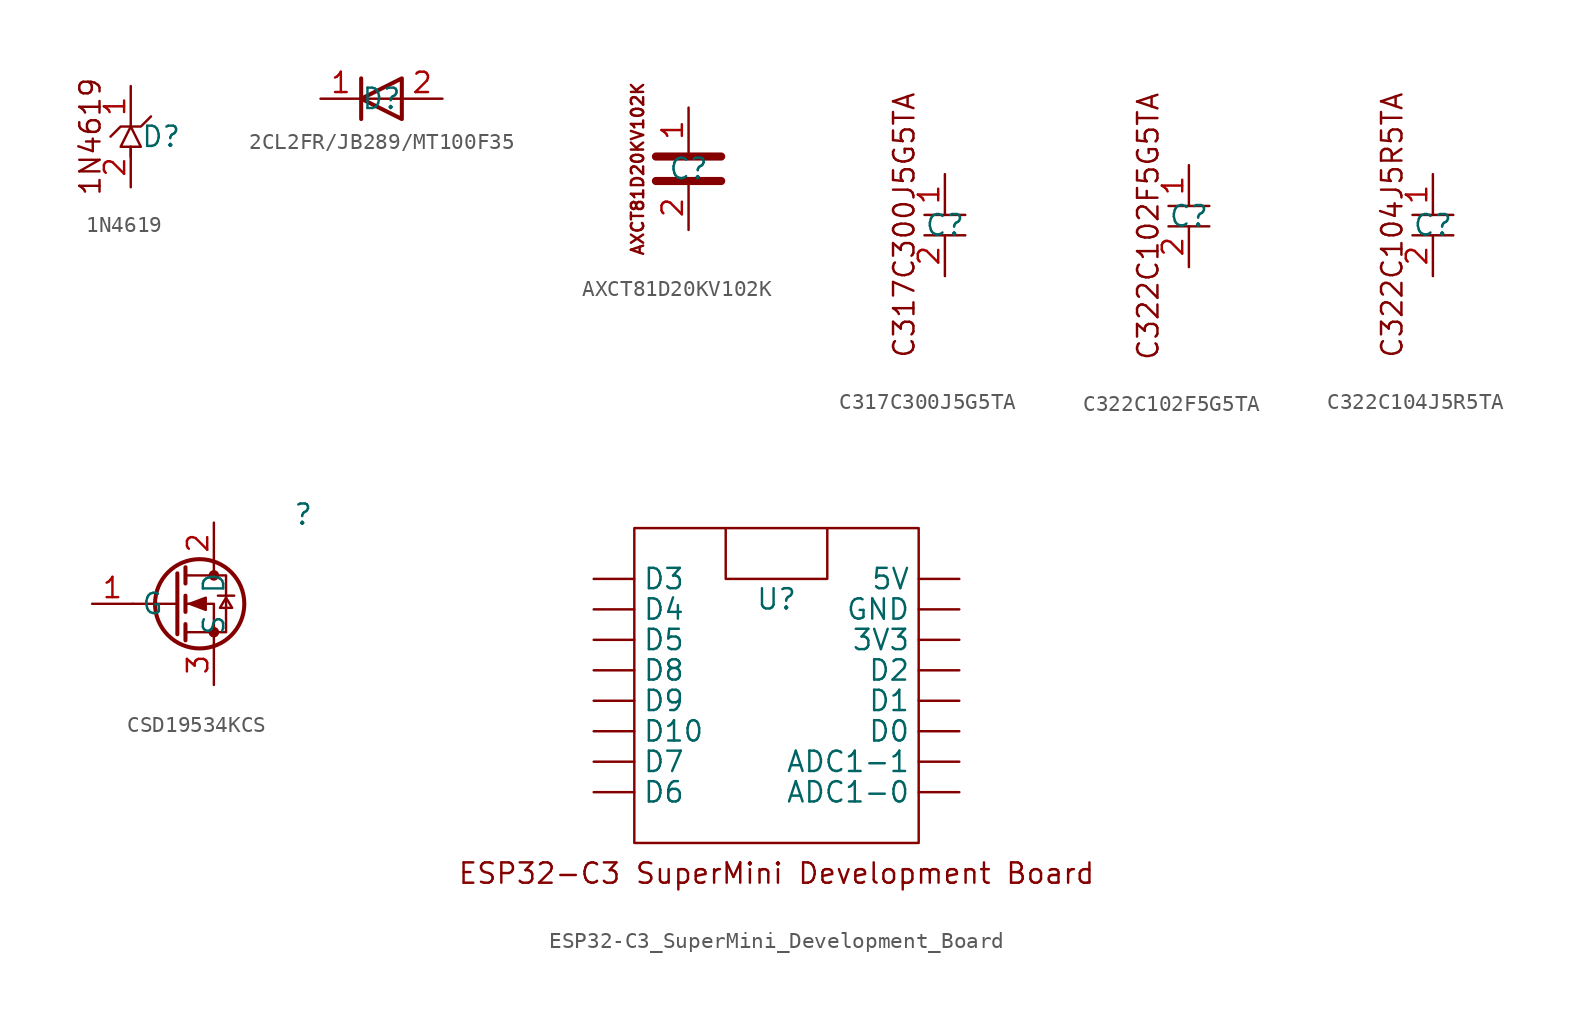
<source format=kicad_sym>
(kicad_symbol_lib
  (version 20231120)
  (generator "kicad_symbol_editor")
  (generator_version "8.0")
  (symbol "1N4619"
    (property "Reference" "D"
      (at 1.905 0.635 0)
      (effects (font (size 1.27 1.27))))
    (property "Value" ""
      (at 0 0.635 0)
      (effects (font (size 1.27 1.27))))
    (symbol "1N4619_0_1"
      (polyline (pts (xy 0 -0.635) (xy 0 0)) (stroke (width 0) (type default)) (fill (type none)))
      (polyline (pts (xy -1.27 0.635) (xy -0.635 1.27) (xy 0.635 1.27) (xy 1.27 1.905)) (stroke (width 0) (type default)) (fill (type none)))
      (polyline (pts (xy -0.635 0) (xy 0.635 0) (xy 0 1.27) (xy -0.635 0)) (stroke (width 0) (type default)) (fill (type none))))
    (symbol "1N4619_1_1"
      (text "1N4619" (at -2.54 0.635 900) (effects (font (size 1.27 1.27))))
      (pin passive line (at 0 3.81 270) (length 2.54) (name "" (effects (font (size 1.27 1.27)))) (number "1" (effects (font (size 1.27 1.27)))))
      (pin passive line (at 0 -2.54 90) (length 2.54) (name "" (effects (font (size 1.27 1.27)))) (number "2" (effects (font (size 1.27 1.27)))))))
  (symbol "2CL2FR/JB289/MT100F35"
    (property "Reference" "D"
      (at 0 0 0)
      (effects (font (size 1.27 1.27))))
    (property "Value" ""
      (at 0 0 0)
      (effects (font (size 1.27 1.27))))
    (property "ki_locked" ""
      (at 0 0 0)
      (effects (font (size 1.27 1.27))))
    (symbol "2CL2FR/JB289/MT100F35_0_1"
      (polyline (pts (xy -1.27 1.27) (xy -1.27 -1.27)) (stroke (width 0.254) (type default)) (fill (type none)))
      (polyline (pts (xy 1.27 0) (xy -1.27 0)) (stroke (width 0) (type default)) (fill (type none)))
      (polyline (pts (xy 1.27 1.27) (xy 1.27 -1.27) (xy -1.27 0) (xy 1.27 1.27)) (stroke (width 0.254) (type default)) (fill (type none))))
    (symbol "2CL2FR/JB289/MT100F35_1_1"
      (pin passive line (at -3.81 0 0) (length 2.54) (name "" (effects (font (size 1.27 1.27)))) (number "1" (effects (font (size 1.27 1.27)))))
      (pin passive line (at 3.81 0 180) (length 2.54) (name "" (effects (font (size 1.27 1.27)))) (number "2" (effects (font (size 1.27 1.27)))))))
  (symbol "AXCT81D20KV102K"
    (property "Reference" "C"
      (at 0 0 0)
      (effects (font (size 1.27 1.27))))
    (property "Value" ""
      (at 0 0 0)
      (effects (font (size 1.27 1.27))))
    (property "ki_locked" ""
      (at 0 0 0)
      (effects (font (size 1.27 1.27))))
    (symbol "AXCT81D20KV102K_0_1"
      (polyline (pts (xy -2.032 -0.762) (xy 2.032 -0.762)) (stroke (width 0.508) (type default)) (fill (type none)))
      (polyline (pts (xy -2.032 0.762) (xy 2.032 0.762)) (stroke (width 0.508) (type default)) (fill (type none))))
    (symbol "AXCT81D20KV102K_1_1"
      (text "AXCT81D20KV102K" (at -3.175 0 900) (effects (font (size 0.762 0.762))))
      (pin passive line (at 0 3.81 270) (length 2.794) (name "~" (effects (font (size 1.27 1.27)))) (number "1" (effects (font (size 1.27 1.27)))))
      (pin passive line (at 0 -3.81 90) (length 2.794) (name "~" (effects (font (size 1.27 1.27)))) (number "2" (effects (font (size 1.27 1.27)))))))
  (symbol "C317C300J5G5TA"
    (property "Reference" "C"
      (at 0 0.635 0)
      (effects (font (size 1.27 1.27))))
    (property "Value" ""
      (at 0 0.635 0)
      (effects (font (size 1.27 1.27))))
    (symbol "C317C300J5G5TA_0_1"
      (polyline (pts (xy -1.27 0) (xy 1.27 0)) (stroke (width 0) (type default)) (fill (type none)))
      (polyline (pts (xy -1.27 1.27) (xy 1.27 1.27)) (stroke (width 0) (type default)) (fill (type none))))
    (symbol "C317C300J5G5TA_1_1"
      (text "C317C300J5G5TA" (at -2.54 0.635 900) (effects (font (size 1.27 1.27))))
      (pin passive line (at 0 3.81 270) (length 2.54) (name "" (effects (font (size 1.27 1.27)))) (number "1" (effects (font (size 1.27 1.27)))))
      (pin passive line (at 0 -2.54 90) (length 2.54) (name "" (effects (font (size 1.27 1.27)))) (number "2" (effects (font (size 1.27 1.27)))))))
  (symbol "C322C102F5G5TA"
    (property "Reference" "C"
      (at 0 0 0)
      (effects (font (size 1.27 1.27))))
    (property "Value" ""
      (at 0 0 0)
      (effects (font (size 1.27 1.27))))
    (symbol "C322C102F5G5TA_0_1"
      (polyline (pts (xy -1.27 -0.635) (xy 1.27 -0.635)) (stroke (width 0) (type default)) (fill (type none)))
      (polyline (pts (xy -1.27 0.635) (xy 1.27 0.635)) (stroke (width 0) (type default)) (fill (type none))))
    (symbol "C322C102F5G5TA_1_1"
      (text "C322C102F5G5TA" (at -2.54 -0.635 900) (effects (font (size 1.27 1.27))))
      (pin passive line (at 0 3.175 270) (length 2.54) (name "" (effects (font (size 1.27 1.27)))) (number "1" (effects (font (size 1.27 1.27)))))
      (pin passive line (at 0 -3.175 90) (length 2.54) (name "" (effects (font (size 1.27 1.27)))) (number "2" (effects (font (size 1.27 1.27)))))))
  (symbol "C322C104J5R5TA"
    (property "Reference" "C"
      (at 0 0.635 0)
      (effects (font (size 1.27 1.27))))
    (property "Value" ""
      (at 0 0.635 0)
      (effects (font (size 1.27 1.27))))
    (symbol "C322C104J5R5TA_0_1"
      (polyline (pts (xy -1.27 0) (xy 1.27 0)) (stroke (width 0) (type default)) (fill (type none)))
      (polyline (pts (xy -1.27 1.27) (xy 1.27 1.27)) (stroke (width 0) (type default)) (fill (type none))))
    (symbol "C322C104J5R5TA_1_1"
      (text "C322C104J5R5TA" (at -2.54 0.635 900) (effects (font (size 1.27 1.27))))
      (pin passive line (at 0 3.81 270) (length 2.54) (name "" (effects (font (size 1.27 1.27)))) (number "1" (effects (font (size 1.27 1.27)))))
      (pin passive line (at 0 -2.54 90) (length 2.54) (name "" (effects (font (size 1.27 1.27)))) (number "2" (effects (font (size 1.27 1.27)))))))
  (symbol "CSD19534KCS"
    (property "Reference" ""
      (at 6.858 5.588 0)
      (effects (font (size 1.27 1.27))))
    (property "Value" ""
      (at 0 0 0)
      (effects (font (size 1.27 1.27))))
    (symbol "CSD19534KCS_0_1"
      (polyline (pts (xy -1.016 0) (xy -3.81 0)) (stroke (width 0) (type default)) (fill (type none)))
      (polyline (pts (xy -1.016 1.905) (xy -1.016 -1.905)) (stroke (width 0.254) (type default)) (fill (type none)))
      (polyline (pts (xy -0.508 -1.27) (xy -0.508 -2.286)) (stroke (width 0.254) (type default)) (fill (type none)))
      (polyline (pts (xy -0.508 0.508) (xy -0.508 -0.508)) (stroke (width 0.254) (type default)) (fill (type none)))
      (polyline (pts (xy -0.508 2.286) (xy -0.508 1.27)) (stroke (width 0.254) (type default)) (fill (type none)))
      (polyline (pts (xy 1.27 2.54) (xy 1.27 1.778)) (stroke (width 0) (type default)) (fill (type none)))
      (polyline (pts (xy 1.524 0.508) (xy 2.54 0.508)) (stroke (width 0) (type default)) (fill (type none)))
      (polyline (pts (xy 1.27 -2.54) (xy 1.27 0) (xy -0.508 0)) (stroke (width 0) (type default)) (fill (type none)))
      (polyline (pts (xy -0.508 -1.778) (xy 2.032 -1.778) (xy 2.032 1.778) (xy -0.508 1.778)) (stroke (width 0) (type default)) (fill (type none)))
      (polyline (pts (xy -0.254 0) (xy 0.762 0.381) (xy 0.762 -0.381) (xy -0.254 0)) (stroke (width 0) (type default)) (fill (type outline)))
      (polyline (pts (xy 2.032 0.381) (xy 1.651 -0.254) (xy 2.413 -0.254) (xy 2.032 0.381)) (stroke (width 0) (type default)) (fill (type none)))
      (circle (center 0.381 0) (radius 2.794) (stroke (width 0.254) (type default)) (fill (type none)))
      (circle (center 1.27 -1.778) (radius 0.254) (stroke (width 0) (type default)) (fill (type outline)))
      (circle (center 1.27 1.778) (radius 0.254) (stroke (width 0) (type default)) (fill (type outline))))
    (symbol "CSD19534KCS_1_1"
      (pin passive line (at -6.35 0 0) (length 2.54) (name "G" (effects (font (size 1.27 1.27)))) (number "1" (effects (font (size 1.27 1.27)))))
      (pin passive line (at 1.27 5.08 270) (length 2.54) (name "D" (effects (font (size 1.27 1.27)))) (number "2" (effects (font (size 1.27 1.27)))))
      (pin passive line (at 1.27 -5.08 90) (length 2.54) (name "S" (effects (font (size 1.27 1.27)))) (number "3" (effects (font (size 1.27 1.27)))))))
  (symbol "ESP32-C3_SuperMini_Development_Board"
    (property "Reference" "U"
      (at 0 0 0)
      (effects (font (size 1.27 1.27))))
    (property "Value" ""
      (at 0 0 0)
      (effects (font (size 1.27 1.27))))
    (symbol "ESP32-C3_SuperMini_Development_Board_0_1"
      (rectangle (start -8.89 4.445) (end 8.89 -15.24) (stroke (width 0) (type default)) (fill (type none)))
      (polyline (pts (xy -3.175 4.445) (xy -3.175 1.27) (xy 3.175 1.27) (xy 3.175 4.445)) (stroke (width 0) (type default)) (fill (type none))))
    (symbol "ESP32-C3_SuperMini_Development_Board_1_1"
      (text "ESP32-C3 SuperMini Development Board" (at 0 -17.145 0) (effects (font (size 1.27 1.27))))
      (pin input line (at 11.43 -2.54 180) (length 2.54) (name "3V3" (effects (font (size 1.27 1.27)))) (number "" (effects (font (size 1.27 1.27)))))
      (pin input line (at 11.43 1.27 180) (length 2.54) (name "5V" (effects (font (size 1.27 1.27)))) (number "" (effects (font (size 1.27 1.27)))))
      (pin input line (at 11.43 -12.065 180) (length 2.54) (name "ADC1-0" (effects (font (size 1.27 1.27)))) (number "" (effects (font (size 1.27 1.27)))))
      (pin input line (at 11.43 -10.16 180) (length 2.54) (name "ADC1-1" (effects (font (size 1.27 1.27)))) (number "" (effects (font (size 1.27 1.27)))))
      (pin input line (at 11.43 -8.255 180) (length 2.54) (name "D0" (effects (font (size 1.27 1.27)))) (number "" (effects (font (size 1.27 1.27)))))
      (pin input line (at 11.43 -6.35 180) (length 2.54) (name "D1" (effects (font (size 1.27 1.27)))) (number "" (effects (font (size 1.27 1.27)))))
      (pin input line (at -11.43 -8.255 0) (length 2.54) (name "D10" (effects (font (size 1.27 1.27)))) (number "" (effects (font (size 1.27 1.27)))))
      (pin input line (at 11.43 -4.445 180) (length 2.54) (name "D2" (effects (font (size 1.27 1.27)))) (number "" (effects (font (size 1.27 1.27)))))
      (pin input line (at -11.43 1.27 0) (length 2.54) (name "D3" (effects (font (size 1.27 1.27)))) (number "" (effects (font (size 1.27 1.27)))))
      (pin input line (at -11.43 -0.635 0) (length 2.54) (name "D4" (effects (font (size 1.27 1.27)))) (number "" (effects (font (size 1.27 1.27)))))
      (pin input line (at -11.43 -2.54 0) (length 2.54) (name "D5" (effects (font (size 1.27 1.27)))) (number "" (effects (font (size 1.27 1.27)))))
      (pin input line (at -11.43 -12.065 0) (length 2.54) (name "D6" (effects (font (size 1.27 1.27)))) (number "" (effects (font (size 1.27 1.27)))))
      (pin input line (at -11.43 -10.16 0) (length 2.54) (name "D7" (effects (font (size 1.27 1.27)))) (number "" (effects (font (size 1.27 1.27)))))
      (pin input line (at -11.43 -4.445 0) (length 2.54) (name "D8" (effects (font (size 1.27 1.27)))) (number "" (effects (font (size 1.27 1.27)))))
      (pin input line (at -11.43 -6.35 0) (length 2.54) (name "D9" (effects (font (size 1.27 1.27)))) (number "" (effects (font (size 1.27 1.27)))))
      (pin input line (at 11.43 -0.635 180) (length 2.54) (name "GND" (effects (font (size 1.27 1.27)))) (number "" (effects (font (size 1.27 1.27))))))))
</source>
